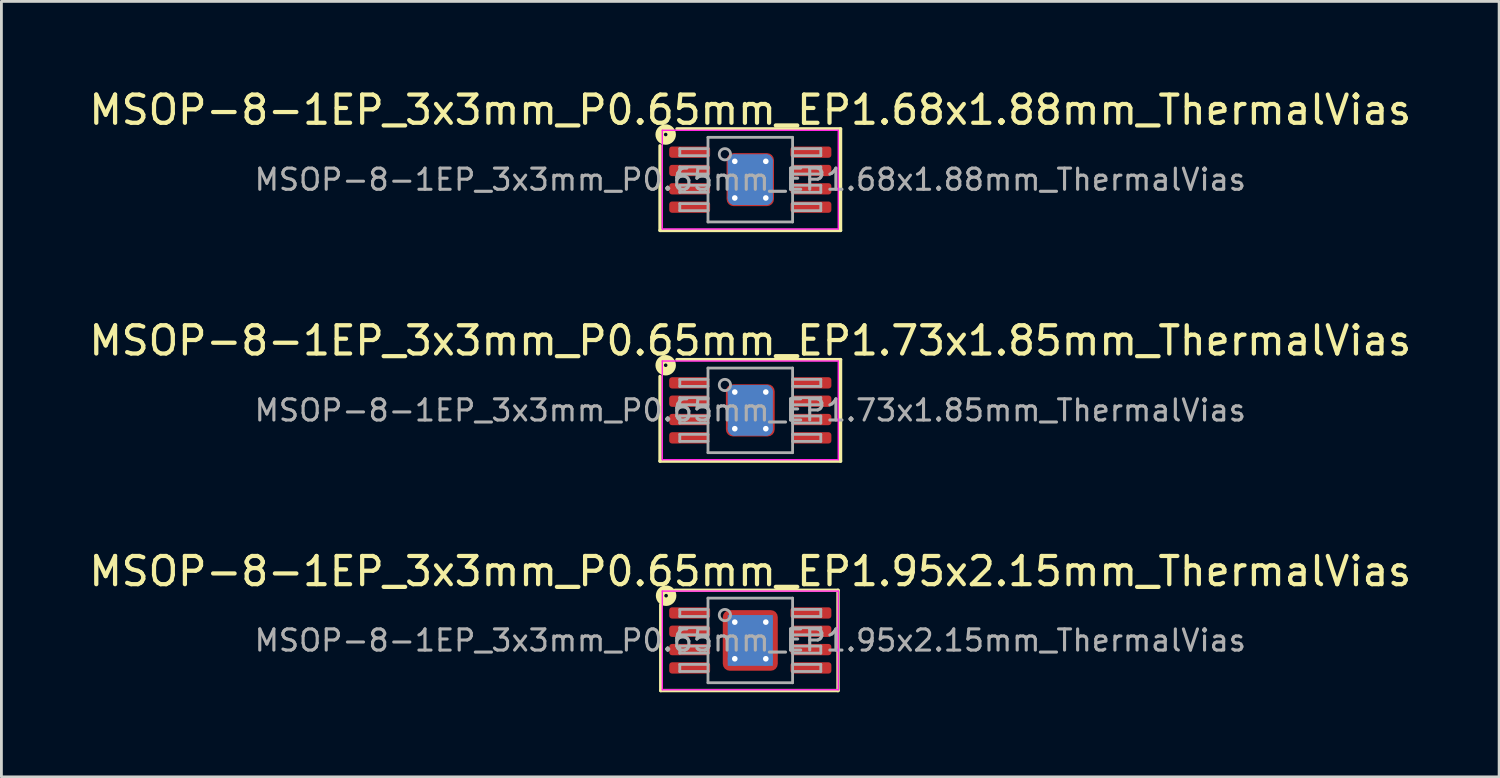
<source format=kicad_pcb>
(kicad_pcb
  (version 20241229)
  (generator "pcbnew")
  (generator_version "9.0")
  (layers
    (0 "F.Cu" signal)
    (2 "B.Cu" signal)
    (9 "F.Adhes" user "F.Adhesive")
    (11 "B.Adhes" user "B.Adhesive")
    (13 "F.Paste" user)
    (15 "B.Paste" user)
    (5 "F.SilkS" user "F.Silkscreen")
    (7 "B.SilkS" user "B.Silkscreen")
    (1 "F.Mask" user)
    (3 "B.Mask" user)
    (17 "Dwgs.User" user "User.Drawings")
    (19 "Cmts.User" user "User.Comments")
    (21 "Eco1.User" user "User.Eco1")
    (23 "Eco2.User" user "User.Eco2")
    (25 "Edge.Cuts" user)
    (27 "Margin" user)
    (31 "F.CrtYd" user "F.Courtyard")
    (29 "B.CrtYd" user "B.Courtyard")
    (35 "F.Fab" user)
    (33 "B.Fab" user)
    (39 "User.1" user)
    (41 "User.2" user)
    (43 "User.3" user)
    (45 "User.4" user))
  (footprint "MSOP-8-1EP_3x3mm_P0.65mm_EP1.95x2.15mm_ThermalVias"
    (layer "F.Cu")
    (at 23.554 19.659)
    (property "Reference" "MSOP-8-1EP_3x3mm_P0.65mm_EP1.95x2.15mm_ThermalVias" (at 0 -2.45 0) (layer "F.SilkS") (effects (font (size 1 1) (thickness 0.15))))
    (attr smd)
    (fp_line (start -3.175 1.778) (end -3.175 -1.27) (stroke (width 0.12) (type solid)) (layer "F.SilkS"))
    (fp_line (start -2.667 -1.778) (end 3.111 -1.778) (stroke (width 0.12) (type solid)) (layer "F.SilkS"))
    (fp_line (start 3.111 -1.778) (end 3.111 1.778) (stroke (width 0.12) (type solid)) (layer "F.SilkS"))
    (fp_line (start 3.111 1.778) (end -3.175 1.778) (stroke (width 0.12) (type solid)) (layer "F.SilkS"))
    (fp_circle (center -2.985 -1.587) (end -2.921 -1.587) (stroke (width 0.3) (type solid)) (fill no) (layer "F.SilkS"))
    (fp_line (start -3.12 -1.75) (end -3.12 1.75) (stroke (width 0.05) (type solid)) (layer "F.CrtYd"))
    (fp_line (start -3.12 1.75) (end 3.12 1.75) (stroke (width 0.05) (type solid)) (layer "F.CrtYd"))
    (fp_line (start 3.12 -1.75) (end -3.12 -1.75) (stroke (width 0.05) (type solid)) (layer "F.CrtYd"))
    (fp_line (start 3.12 1.75) (end 3.12 -1.75) (stroke (width 0.05) (type solid)) (layer "F.CrtYd"))
    (fp_line (start -2.5 -1.1) (end -2.5 -0.85) (stroke (width 0.1) (type solid)) (layer "F.Fab"))
    (fp_line (start -2.5 -1.1) (end -1.5 -1.1) (stroke (width 0.1) (type solid)) (layer "F.Fab"))
    (fp_line (start -2.5 -0.85) (end -1.5 -0.85) (stroke (width 0.1) (type solid)) (layer "F.Fab"))
    (fp_line (start -2.5 -0.45) (end -2.5 -0.2) (stroke (width 0.1) (type solid)) (layer "F.Fab"))
    (fp_line (start -2.5 -0.45) (end -1.5 -0.45) (stroke (width 0.1) (type solid)) (layer "F.Fab"))
    (fp_line (start -2.5 -0.2) (end -1.5 -0.2) (stroke (width 0.1) (type solid)) (layer "F.Fab"))
    (fp_line (start -2.5 0.2) (end -2.5 0.45) (stroke (width 0.1) (type solid)) (layer "F.Fab"))
    (fp_line (start -2.5 0.2) (end -1.5 0.2) (stroke (width 0.1) (type solid)) (layer "F.Fab"))
    (fp_line (start -2.5 0.45) (end -1.5 0.45) (stroke (width 0.1) (type solid)) (layer "F.Fab"))
    (fp_line (start -2.5 0.85) (end -2.5 1.1) (stroke (width 0.1) (type solid)) (layer "F.Fab"))
    (fp_line (start -2.5 0.85) (end -1.5 0.85) (stroke (width 0.1) (type solid)) (layer "F.Fab"))
    (fp_line (start -2.5 1.1) (end -1.5 1.1) (stroke (width 0.1) (type solid)) (layer "F.Fab"))
    (fp_line (start -1.5 -1.5) (end 1.5 -1.5) (stroke (width 0.1) (type solid)) (layer "F.Fab"))
    (fp_line (start -1.5 1.5) (end -1.5 -1.5) (stroke (width 0.1) (type solid)) (layer "F.Fab"))
    (fp_line (start 1.5 -1.5) (end 1.5 1.5) (stroke (width 0.1) (type solid)) (layer "F.Fab"))
    (fp_line (start 1.5 1.5) (end -1.5 1.5) (stroke (width 0.1) (type solid)) (layer "F.Fab"))
    (fp_line (start 2.5 -1.1) (end 1.5 -1.1) (stroke (width 0.1) (type solid)) (layer "F.Fab"))
    (fp_line (start 2.5 -0.85) (end 1.5 -0.85) (stroke (width 0.1) (type solid)) (layer "F.Fab"))
    (fp_line (start 2.5 -0.85) (end 2.5 -1.1) (stroke (width 0.1) (type solid)) (layer "F.Fab"))
    (fp_line (start 2.5 -0.45) (end 1.5 -0.45) (stroke (width 0.1) (type solid)) (layer "F.Fab"))
    (fp_line (start 2.5 -0.2) (end 1.5 -0.2) (stroke (width 0.1) (type solid)) (layer "F.Fab"))
    (fp_line (start 2.5 -0.2) (end 2.5 -0.45) (stroke (width 0.1) (type solid)) (layer "F.Fab"))
    (fp_line (start 2.5 0.2) (end 1.5 0.2) (stroke (width 0.1) (type solid)) (layer "F.Fab"))
    (fp_line (start 2.5 0.45) (end 1.5 0.45) (stroke (width 0.1) (type solid)) (layer "F.Fab"))
    (fp_line (start 2.5 0.45) (end 2.5 0.2) (stroke (width 0.1) (type solid)) (layer "F.Fab"))
    (fp_line (start 2.5 0.85) (end 1.5 0.85) (stroke (width 0.1) (type solid)) (layer "F.Fab"))
    (fp_line (start 2.5 1.1) (end 1.5 1.1) (stroke (width 0.1) (type solid)) (layer "F.Fab"))
    (fp_line (start 2.5 1.1) (end 2.5 0.85) (stroke (width 0.1) (type solid)) (layer "F.Fab"))
    (fp_circle (center -0.9 -0.9) (end -0.7 -0.9) (stroke (width 0.1) (type solid)) (fill no) (layer "F.Fab"))
    (fp_text user "${REFERENCE}" (at 0 0 0) (layer "F.Fab") (effects (font (size 0.75 0.75) (thickness 0.11))))
    (pad "" smd roundrect (at -0.49 -0.54) (size 0.82 0.9) (layers "F.Paste") (roundrect_rratio 0.25))
    (pad "" smd roundrect (at -0.49 0.54) (size 0.82 0.9) (layers "F.Paste") (roundrect_rratio 0.25))
    (pad "" smd roundrect (at 0.49 -0.54) (size 0.82 0.9) (layers "F.Paste") (roundrect_rratio 0.25))
    (pad "" smd roundrect (at 0.49 0.54) (size 0.82 0.9) (layers "F.Paste") (roundrect_rratio 0.25))
    (pad "1" smd roundrect (at -2.15 -0.975) (size 1.45 0.4) (layers "F.Cu" "F.Mask" "F.Paste") (roundrect_rratio 0.25))
    (pad "2" smd roundrect (at -2.15 -0.325) (size 1.45 0.4) (layers "F.Cu" "F.Mask" "F.Paste") (roundrect_rratio 0.25))
    (pad "3" smd roundrect (at -2.15 0.325) (size 1.45 0.4) (layers "F.Cu" "F.Mask" "F.Paste") (roundrect_rratio 0.25))
    (pad "4" smd roundrect (at -2.15 0.975) (size 1.45 0.4) (layers "F.Cu" "F.Mask" "F.Paste") (roundrect_rratio 0.25))
    (pad "5" smd roundrect (at 2.15 0.975) (size 1.45 0.4) (layers "F.Cu" "F.Mask" "F.Paste") (roundrect_rratio 0.25))
    (pad "6" smd roundrect (at 2.15 0.325) (size 1.45 0.4) (layers "F.Cu" "F.Mask" "F.Paste") (roundrect_rratio 0.25))
    (pad "7" smd roundrect (at 2.15 -0.325) (size 1.45 0.4) (layers "F.Cu" "F.Mask" "F.Paste") (roundrect_rratio 0.25))
    (pad "8" smd roundrect (at 2.15 -0.975) (size 1.45 0.4) (layers "F.Cu" "F.Mask" "F.Paste") (roundrect_rratio 0.25))
    (pad "9" thru_hole circle (at -0.55 -0.65) (size 0.5 0.5) (drill 0.2) (property pad_prop_heatsink) (layers "*.Cu"))
    (pad "9" thru_hole circle (at -0.55 0.65) (size 0.5 0.5) (drill 0.2) (property pad_prop_heatsink) (layers "*.Cu"))
    (pad "9" smd rect (at 0 0) (size 1.6 1.8) (layers "B.Cu" "B.Mask"))
    (pad "9" smd roundrect (at 0 0) (size 1.95 2.15) (layers "F.Cu" "F.Mask") (roundrect_rratio 0.128))
    (pad "9" thru_hole circle (at 0.55 -0.65) (size 0.5 0.5) (drill 0.2) (property pad_prop_heatsink) (layers "*.Cu"))
    (pad "9" thru_hole circle (at 0.55 0.65) (size 0.5 0.5) (drill 0.2) (property pad_prop_heatsink) (layers "*.Cu")))
  (footprint "MSOP-8-1EP_3x3mm_P0.65mm_EP1.73x1.85mm_ThermalVias"
    (layer "F.Cu")
    (at 23.554 11.501)
    (property "Reference" "MSOP-8-1EP_3x3mm_P0.65mm_EP1.73x1.85mm_ThermalVias" (at 0 -2.472 0) (layer "F.SilkS") (effects (font (size 1 1) (thickness 0.15))))
    (attr smd)
    (fp_line (start -3.2 1.8) (end -3.2 -1.2) (stroke (width 0.12) (type solid)) (layer "F.SilkS"))
    (fp_line (start -2.6 -1.8) (end 3.2 -1.8) (stroke (width 0.12) (type solid)) (layer "F.SilkS"))
    (fp_line (start 3.2 -1.8) (end 3.2 1.8) (stroke (width 0.12) (type solid)) (layer "F.SilkS"))
    (fp_line (start 3.2 1.8) (end -3.2 1.8) (stroke (width 0.12) (type solid)) (layer "F.SilkS"))
    (fp_circle (center -3 -1.6) (end -2.937 -1.6) (stroke (width 0.3) (type solid)) (fill no) (layer "F.SilkS"))
    (fp_line (start -3.12 -1.75) (end -3.12 1.75) (stroke (width 0.05) (type solid)) (layer "F.CrtYd"))
    (fp_line (start -3.12 1.75) (end 3.12 1.75) (stroke (width 0.05) (type solid)) (layer "F.CrtYd"))
    (fp_line (start 3.12 -1.75) (end -3.12 -1.75) (stroke (width 0.05) (type solid)) (layer "F.CrtYd"))
    (fp_line (start 3.12 1.75) (end 3.12 -1.75) (stroke (width 0.05) (type solid)) (layer "F.CrtYd"))
    (fp_line (start -2.5 -1.1) (end -2.5 -0.85) (stroke (width 0.1) (type solid)) (layer "F.Fab"))
    (fp_line (start -2.5 -1.1) (end -1.5 -1.1) (stroke (width 0.1) (type solid)) (layer "F.Fab"))
    (fp_line (start -2.5 -0.85) (end -1.5 -0.85) (stroke (width 0.1) (type solid)) (layer "F.Fab"))
    (fp_line (start -2.5 -0.45) (end -2.5 -0.2) (stroke (width 0.1) (type solid)) (layer "F.Fab"))
    (fp_line (start -2.5 -0.45) (end -1.5 -0.45) (stroke (width 0.1) (type solid)) (layer "F.Fab"))
    (fp_line (start -2.5 -0.2) (end -1.5 -0.2) (stroke (width 0.1) (type solid)) (layer "F.Fab"))
    (fp_line (start -2.5 0.2) (end -2.5 0.45) (stroke (width 0.1) (type solid)) (layer "F.Fab"))
    (fp_line (start -2.5 0.2) (end -1.5 0.2) (stroke (width 0.1) (type solid)) (layer "F.Fab"))
    (fp_line (start -2.5 0.45) (end -1.5 0.45) (stroke (width 0.1) (type solid)) (layer "F.Fab"))
    (fp_line (start -2.5 0.85) (end -2.5 1.1) (stroke (width 0.1) (type solid)) (layer "F.Fab"))
    (fp_line (start -2.5 0.85) (end -1.5 0.85) (stroke (width 0.1) (type solid)) (layer "F.Fab"))
    (fp_line (start -2.5 1.1) (end -1.5 1.1) (stroke (width 0.1) (type solid)) (layer "F.Fab"))
    (fp_line (start -1.5 -1.5) (end 1.5 -1.5) (stroke (width 0.1) (type solid)) (layer "F.Fab"))
    (fp_line (start -1.5 1.5) (end -1.5 -1.5) (stroke (width 0.1) (type solid)) (layer "F.Fab"))
    (fp_line (start 1.5 -1.5) (end 1.5 1.5) (stroke (width 0.1) (type solid)) (layer "F.Fab"))
    (fp_line (start 1.5 1.5) (end -1.5 1.5) (stroke (width 0.1) (type solid)) (layer "F.Fab"))
    (fp_line (start 2.5 -1.1) (end 1.5 -1.1) (stroke (width 0.1) (type solid)) (layer "F.Fab"))
    (fp_line (start 2.5 -0.85) (end 1.5 -0.85) (stroke (width 0.1) (type solid)) (layer "F.Fab"))
    (fp_line (start 2.5 -0.85) (end 2.5 -1.1) (stroke (width 0.1) (type solid)) (layer "F.Fab"))
    (fp_line (start 2.5 -0.45) (end 1.5 -0.45) (stroke (width 0.1) (type solid)) (layer "F.Fab"))
    (fp_line (start 2.5 -0.2) (end 1.5 -0.2) (stroke (width 0.1) (type solid)) (layer "F.Fab"))
    (fp_line (start 2.5 -0.2) (end 2.5 -0.45) (stroke (width 0.1) (type solid)) (layer "F.Fab"))
    (fp_line (start 2.5 0.2) (end 1.5 0.2) (stroke (width 0.1) (type solid)) (layer "F.Fab"))
    (fp_line (start 2.5 0.45) (end 1.5 0.45) (stroke (width 0.1) (type solid)) (layer "F.Fab"))
    (fp_line (start 2.5 0.45) (end 2.5 0.2) (stroke (width 0.1) (type solid)) (layer "F.Fab"))
    (fp_line (start 2.5 0.85) (end 1.5 0.85) (stroke (width 0.1) (type solid)) (layer "F.Fab"))
    (fp_line (start 2.5 1.1) (end 1.5 1.1) (stroke (width 0.1) (type solid)) (layer "F.Fab"))
    (fp_line (start 2.5 1.1) (end 2.5 0.85) (stroke (width 0.1) (type solid)) (layer "F.Fab"))
    (fp_circle (center -0.9 -0.9) (end -0.7 -0.9) (stroke (width 0.1) (type solid)) (fill no) (layer "F.Fab"))
    (fp_text user "${REFERENCE}" (at 0 0 0) (layer "F.Fab") (effects (font (size 0.75 0.75) (thickness 0.11))))
    (pad "" smd roundrect (at -0.43 -0.46) (size 0.72 0.77) (layers "F.Paste") (roundrect_rratio 0.25))
    (pad "" smd roundrect (at -0.43 0.46) (size 0.72 0.77) (layers "F.Paste") (roundrect_rratio 0.25))
    (pad "" smd roundrect (at 0.43 -0.46) (size 0.72 0.77) (layers "F.Paste") (roundrect_rratio 0.25))
    (pad "" smd roundrect (at 0.43 0.46) (size 0.72 0.77) (layers "F.Paste") (roundrect_rratio 0.25))
    (pad "1" smd roundrect (at -2.163 -0.975) (size 1.425 0.4) (layers "F.Cu" "F.Mask" "F.Paste") (roundrect_rratio 0.25))
    (pad "2" smd roundrect (at -2.163 -0.325) (size 1.425 0.4) (layers "F.Cu" "F.Mask" "F.Paste") (roundrect_rratio 0.25))
    (pad "3" smd roundrect (at -2.163 0.325) (size 1.425 0.4) (layers "F.Cu" "F.Mask" "F.Paste") (roundrect_rratio 0.25))
    (pad "4" smd roundrect (at -2.163 0.975) (size 1.425 0.4) (layers "F.Cu" "F.Mask" "F.Paste") (roundrect_rratio 0.25))
    (pad "5" smd roundrect (at 2.163 0.975) (size 1.425 0.4) (layers "F.Cu" "F.Mask" "F.Paste") (roundrect_rratio 0.25))
    (pad "6" smd roundrect (at 2.163 0.325) (size 1.425 0.4) (layers "F.Cu" "F.Mask" "F.Paste") (roundrect_rratio 0.25))
    (pad "7" smd roundrect (at 2.163 -0.325) (size 1.425 0.4) (layers "F.Cu" "F.Mask" "F.Paste") (roundrect_rratio 0.25))
    (pad "8" smd roundrect (at 2.163 -0.975) (size 1.425 0.4) (layers "F.Cu" "F.Mask" "F.Paste") (roundrect_rratio 0.25))
    (pad "9" thru_hole circle (at -0.55 -0.65) (size 0.5 0.5) (drill 0.2) (property pad_prop_heatsink) (layers "*.Cu"))
    (pad "9" thru_hole circle (at -0.55 0.65) (size 0.5 0.5) (drill 0.2) (property pad_prop_heatsink) (layers "*.Cu"))
    (pad "9" smd roundrect (at 0 0) (size 1.6 1.8) (layers "B.Cu" "B.Mask") (roundrect_rratio 0.156))
    (pad "9" smd roundrect (at 0 0) (size 1.73 1.85) (layers "F.Cu" "F.Mask") (roundrect_rratio 0.145))
    (pad "9" thru_hole circle (at 0.55 -0.65) (size 0.5 0.5) (drill 0.2) (property pad_prop_heatsink) (layers "*.Cu"))
    (pad "9" thru_hole circle (at 0.55 0.65) (size 0.5 0.5) (drill 0.2) (property pad_prop_heatsink) (layers "*.Cu")))
  (footprint "MSOP-8-1EP_3x3mm_P0.65mm_EP1.68x1.88mm_ThermalVias"
    (layer "F.Cu")
    (at 23.554 3.32)
    (property "Reference" "MSOP-8-1EP_3x3mm_P0.65mm_EP1.68x1.88mm_ThermalVias" (at 0 -2.472 0) (layer "F.SilkS") (effects (font (size 1 1) (thickness 0.15))))
    (attr smd)
    (fp_line (start -3.2 1.8) (end -3.2 -1.2) (stroke (width 0.12) (type solid)) (layer "F.SilkS"))
    (fp_line (start -2.6 -1.8) (end 3.2 -1.8) (stroke (width 0.12) (type solid)) (layer "F.SilkS"))
    (fp_line (start 3.2 -1.8) (end 3.2 1.8) (stroke (width 0.12) (type solid)) (layer "F.SilkS"))
    (fp_line (start 3.2 1.8) (end -3.2 1.8) (stroke (width 0.12) (type solid)) (layer "F.SilkS"))
    (fp_circle (center -3 -1.6) (end -2.937 -1.6) (stroke (width 0.3) (type solid)) (fill no) (layer "F.SilkS"))
    (fp_line (start -3.12 -1.75) (end -3.12 1.75) (stroke (width 0.05) (type solid)) (layer "F.CrtYd"))
    (fp_line (start -3.12 1.75) (end 3.12 1.75) (stroke (width 0.05) (type solid)) (layer "F.CrtYd"))
    (fp_line (start 3.12 -1.75) (end -3.12 -1.75) (stroke (width 0.05) (type solid)) (layer "F.CrtYd"))
    (fp_line (start 3.12 1.75) (end 3.12 -1.75) (stroke (width 0.05) (type solid)) (layer "F.CrtYd"))
    (fp_line (start -2.5 -1.1) (end -2.5 -0.85) (stroke (width 0.1) (type solid)) (layer "F.Fab"))
    (fp_line (start -2.5 -1.1) (end -1.5 -1.1) (stroke (width 0.1) (type solid)) (layer "F.Fab"))
    (fp_line (start -2.5 -0.85) (end -1.5 -0.85) (stroke (width 0.1) (type solid)) (layer "F.Fab"))
    (fp_line (start -2.5 -0.45) (end -2.5 -0.2) (stroke (width 0.1) (type solid)) (layer "F.Fab"))
    (fp_line (start -2.5 -0.45) (end -1.5 -0.45) (stroke (width 0.1) (type solid)) (layer "F.Fab"))
    (fp_line (start -2.5 -0.2) (end -1.5 -0.2) (stroke (width 0.1) (type solid)) (layer "F.Fab"))
    (fp_line (start -2.5 0.2) (end -2.5 0.45) (stroke (width 0.1) (type solid)) (layer "F.Fab"))
    (fp_line (start -2.5 0.2) (end -1.5 0.2) (stroke (width 0.1) (type solid)) (layer "F.Fab"))
    (fp_line (start -2.5 0.45) (end -1.5 0.45) (stroke (width 0.1) (type solid)) (layer "F.Fab"))
    (fp_line (start -2.5 0.85) (end -2.5 1.1) (stroke (width 0.1) (type solid)) (layer "F.Fab"))
    (fp_line (start -2.5 0.85) (end -1.5 0.85) (stroke (width 0.1) (type solid)) (layer "F.Fab"))
    (fp_line (start -2.5 1.1) (end -1.5 1.1) (stroke (width 0.1) (type solid)) (layer "F.Fab"))
    (fp_line (start -1.5 -1.5) (end 1.5 -1.5) (stroke (width 0.1) (type solid)) (layer "F.Fab"))
    (fp_line (start -1.5 1.5) (end -1.5 -1.5) (stroke (width 0.1) (type solid)) (layer "F.Fab"))
    (fp_line (start 1.5 -1.5) (end 1.5 1.5) (stroke (width 0.1) (type solid)) (layer "F.Fab"))
    (fp_line (start 1.5 1.5) (end -1.5 1.5) (stroke (width 0.1) (type solid)) (layer "F.Fab"))
    (fp_line (start 2.5 -1.1) (end 1.5 -1.1) (stroke (width 0.1) (type solid)) (layer "F.Fab"))
    (fp_line (start 2.5 -0.85) (end 1.5 -0.85) (stroke (width 0.1) (type solid)) (layer "F.Fab"))
    (fp_line (start 2.5 -0.85) (end 2.5 -1.1) (stroke (width 0.1) (type solid)) (layer "F.Fab"))
    (fp_line (start 2.5 -0.45) (end 1.5 -0.45) (stroke (width 0.1) (type solid)) (layer "F.Fab"))
    (fp_line (start 2.5 -0.2) (end 1.5 -0.2) (stroke (width 0.1) (type solid)) (layer "F.Fab"))
    (fp_line (start 2.5 -0.2) (end 2.5 -0.45) (stroke (width 0.1) (type solid)) (layer "F.Fab"))
    (fp_line (start 2.5 0.2) (end 1.5 0.2) (stroke (width 0.1) (type solid)) (layer "F.Fab"))
    (fp_line (start 2.5 0.45) (end 1.5 0.45) (stroke (width 0.1) (type solid)) (layer "F.Fab"))
    (fp_line (start 2.5 0.45) (end 2.5 0.2) (stroke (width 0.1) (type solid)) (layer "F.Fab"))
    (fp_line (start 2.5 0.85) (end 1.5 0.85) (stroke (width 0.1) (type solid)) (layer "F.Fab"))
    (fp_line (start 2.5 1.1) (end 1.5 1.1) (stroke (width 0.1) (type solid)) (layer "F.Fab"))
    (fp_line (start 2.5 1.1) (end 2.5 0.85) (stroke (width 0.1) (type solid)) (layer "F.Fab"))
    (fp_circle (center -0.9 -0.9) (end -0.7 -0.9) (stroke (width 0.1) (type solid)) (fill no) (layer "F.Fab"))
    (fp_text user "${REFERENCE}" (at 0 0 0) (layer "F.Fab") (effects (font (size 0.75 0.75) (thickness 0.11))))
    (pad "" smd roundrect (at -0.42 -0.47) (size 0.7 0.79) (layers "F.Paste") (roundrect_rratio 0.25))
    (pad "" smd roundrect (at -0.42 0.47) (size 0.7 0.79) (layers "F.Paste") (roundrect_rratio 0.25))
    (pad "" smd roundrect (at 0.42 -0.47) (size 0.7 0.79) (layers "F.Paste") (roundrect_rratio 0.25))
    (pad "" smd roundrect (at 0.42 0.47) (size 0.7 0.79) (layers "F.Paste") (roundrect_rratio 0.25))
    (pad "1" smd roundrect (at -2.15 -0.975) (size 1.45 0.4) (layers "F.Cu" "F.Mask" "F.Paste") (roundrect_rratio 0.25))
    (pad "2" smd roundrect (at -2.15 -0.325) (size 1.45 0.4) (layers "F.Cu" "F.Mask" "F.Paste") (roundrect_rratio 0.25))
    (pad "3" smd roundrect (at -2.15 0.325) (size 1.45 0.4) (layers "F.Cu" "F.Mask" "F.Paste") (roundrect_rratio 0.25))
    (pad "4" smd roundrect (at -2.15 0.975) (size 1.45 0.4) (layers "F.Cu" "F.Mask" "F.Paste") (roundrect_rratio 0.25))
    (pad "5" smd roundrect (at 2.15 0.975) (size 1.45 0.4) (layers "F.Cu" "F.Mask" "F.Paste") (roundrect_rratio 0.25))
    (pad "6" smd roundrect (at 2.15 0.325) (size 1.45 0.4) (layers "F.Cu" "F.Mask" "F.Paste") (roundrect_rratio 0.25))
    (pad "7" smd roundrect (at 2.15 -0.325) (size 1.45 0.4) (layers "F.Cu" "F.Mask" "F.Paste") (roundrect_rratio 0.25))
    (pad "8" smd roundrect (at 2.15 -0.975) (size 1.45 0.4) (layers "F.Cu" "F.Mask" "F.Paste") (roundrect_rratio 0.25))
    (pad "9" thru_hole circle (at -0.55 -0.65) (size 0.5 0.5) (drill 0.2) (property pad_prop_heatsink) (layers "*.Cu"))
    (pad "9" thru_hole circle (at -0.55 0.65) (size 0.5 0.5) (drill 0.2) (property pad_prop_heatsink) (layers "*.Cu"))
    (pad "9" smd roundrect (at 0 0) (size 1.6 1.8) (layers "B.Cu" "B.Mask") (roundrect_rratio 0.156))
    (pad "9" smd roundrect (at 0 0) (size 1.68 1.88) (layers "F.Cu" "F.Mask") (roundrect_rratio 0.149))
    (pad "9" thru_hole circle (at 0.55 -0.65) (size 0.5 0.5) (drill 0.2) (property pad_prop_heatsink) (layers "*.Cu"))
    (pad "9" thru_hole circle (at 0.55 0.65) (size 0.5 0.5) (drill 0.2) (property pad_prop_heatsink) (layers "*.Cu")))
  (gr_rect
    (start -3 -3)
    (end 50.107 24.497)
    (stroke (width 0.1) (type default))
    (fill no)
    (layer "Edge.Cuts")))
</source>
